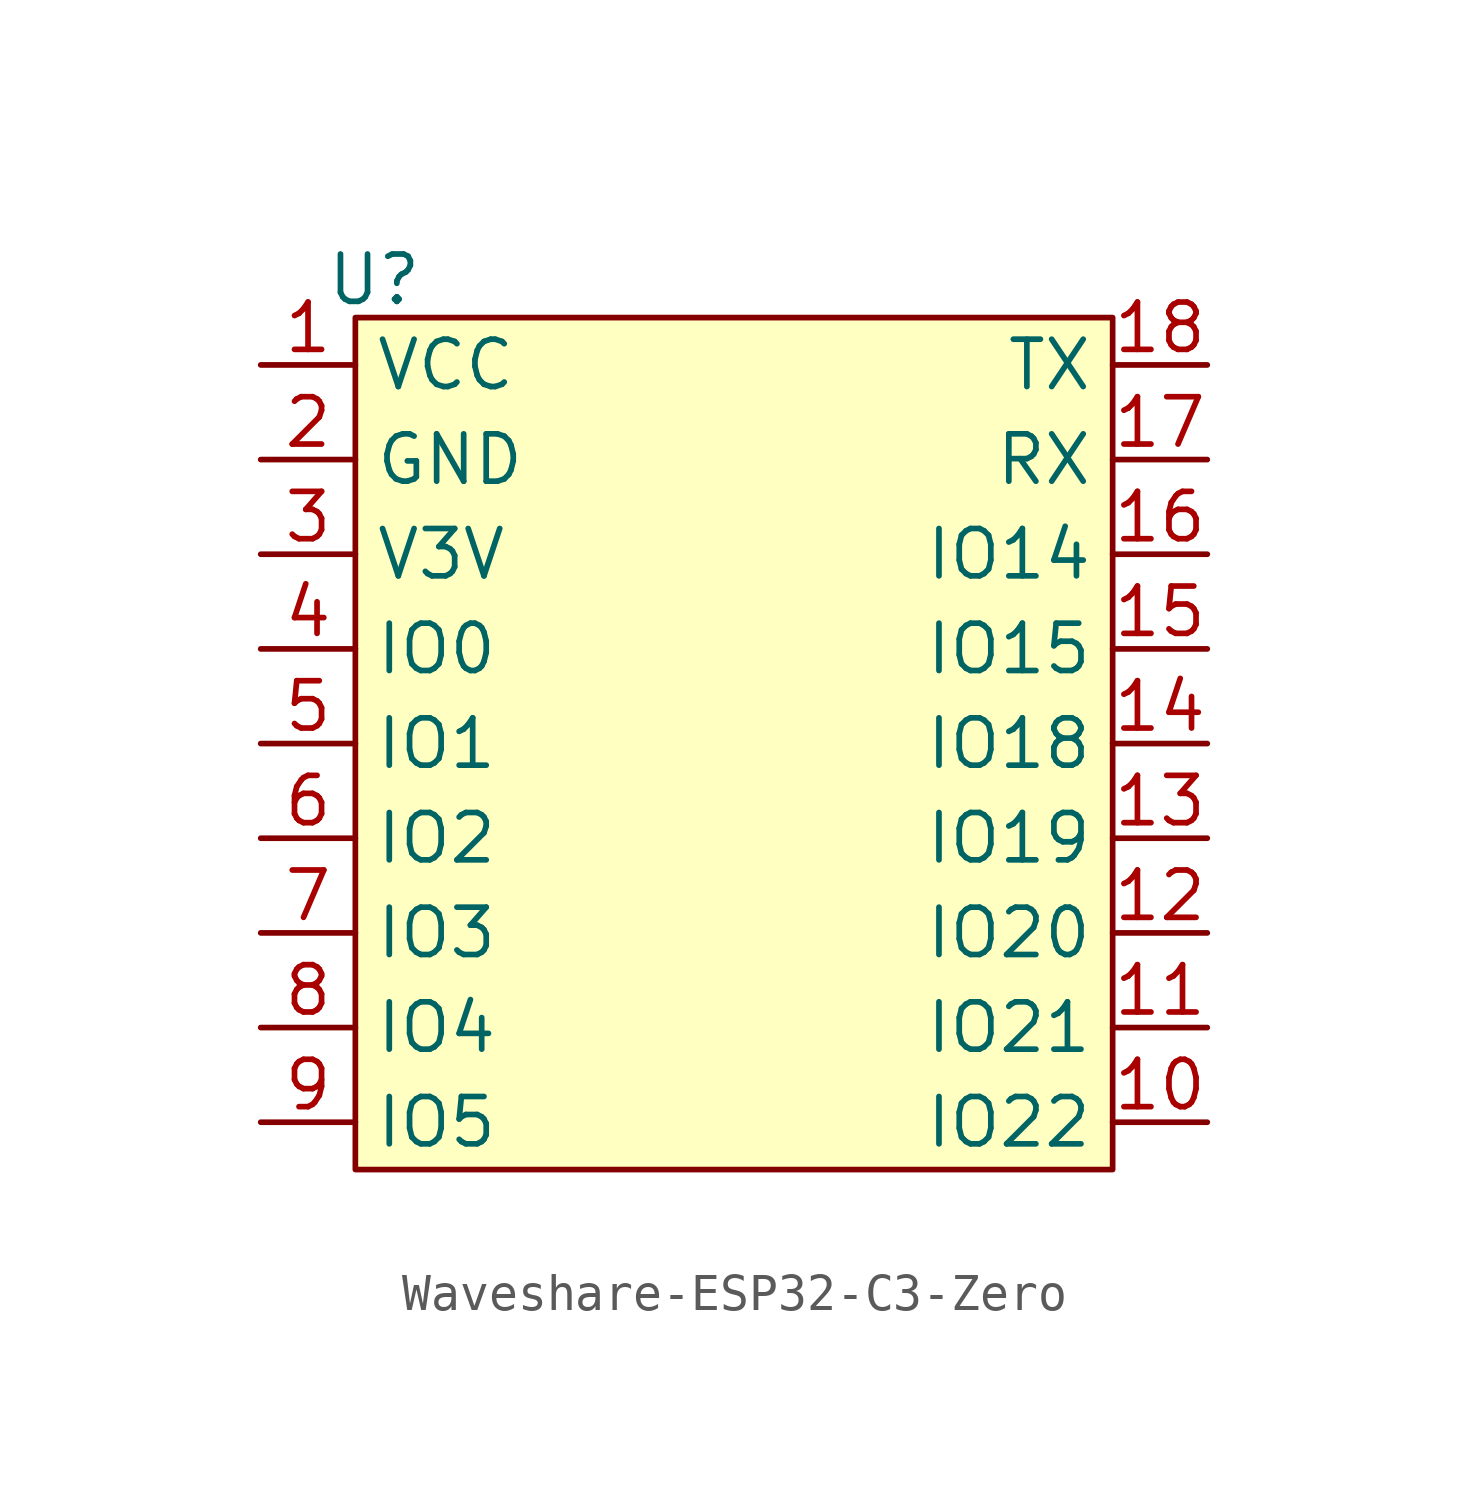
<source format=kicad_sym>
(kicad_symbol_lib
  (version 20231120)
  (generator "kicad_symbol_editor")
  (generator_version "8.0")
  (symbol "Waveshare-ESP32-C3-Zero"
    (property "Reference" "U"
      (at -9.652 12.446 0)
      (effects (font (size 1.27 1.27))))
    (property "Value" ""
      (at -10.16 10.16 0)
      (effects (font (size 1.27 1.27))))
    (symbol "Waveshare-ESP32-C3-Zero_1_1"
      (rectangle (start -10.16 11.43) (end 10.16 -11.43) (stroke (width 0) (type default)) (fill (type background)))
      (pin power_in line (at -12.7 10.16 0) (length 2.54) (name "VCC" (effects (font (size 1.27 1.27)))) (number "1" (effects (font (size 1.27 1.27)))))
      (pin bidirectional line (at 12.7 -10.16 180) (length 2.54) (name "IO22" (effects (font (size 1.27 1.27)))) (number "10" (effects (font (size 1.27 1.27)))))
      (pin bidirectional line (at 12.7 -7.62 180) (length 2.54) (name "IO21" (effects (font (size 1.27 1.27)))) (number "11" (effects (font (size 1.27 1.27)))))
      (pin bidirectional line (at 12.7 -5.08 180) (length 2.54) (name "IO20" (effects (font (size 1.27 1.27)))) (number "12" (effects (font (size 1.27 1.27)))))
      (pin bidirectional line (at 12.7 -2.54 180) (length 2.54) (name "IO19" (effects (font (size 1.27 1.27)))) (number "13" (effects (font (size 1.27 1.27)))))
      (pin bidirectional line (at 12.7 0 180) (length 2.54) (name "IO18" (effects (font (size 1.27 1.27)))) (number "14" (effects (font (size 1.27 1.27)))))
      (pin bidirectional line (at 12.7 2.54 180) (length 2.54) (name "IO15" (effects (font (size 1.27 1.27)))) (number "15" (effects (font (size 1.27 1.27)))))
      (pin bidirectional line (at 12.7 5.08 180) (length 2.54) (name "IO14" (effects (font (size 1.27 1.27)))) (number "16" (effects (font (size 1.27 1.27)))))
      (pin bidirectional line (at 12.7 7.62 180) (length 2.54) (name "RX" (effects (font (size 1.27 1.27)))) (number "17" (effects (font (size 1.27 1.27)))))
      (pin bidirectional line (at 12.7 10.16 180) (length 2.54) (name "TX" (effects (font (size 1.27 1.27)))) (number "18" (effects (font (size 1.27 1.27)))))
      (pin power_in line (at -12.7 7.62 0) (length 2.54) (name "GND" (effects (font (size 1.27 1.27)))) (number "2" (effects (font (size 1.27 1.27)))))
      (pin power_out line (at -12.7 5.08 0) (length 2.54) (name "V3V" (effects (font (size 1.27 1.27)))) (number "3" (effects (font (size 1.27 1.27)))))
      (pin bidirectional line (at -12.7 2.54 0) (length 2.54) (name "IO0" (effects (font (size 1.27 1.27)))) (number "4" (effects (font (size 1.27 1.27)))))
      (pin bidirectional line (at -12.7 0 0) (length 2.54) (name "IO1" (effects (font (size 1.27 1.27)))) (number "5" (effects (font (size 1.27 1.27)))))
      (pin bidirectional line (at -12.7 -2.54 0) (length 2.54) (name "IO2" (effects (font (size 1.27 1.27)))) (number "6" (effects (font (size 1.27 1.27)))))
      (pin bidirectional line (at -12.7 -5.08 0) (length 2.54) (name "IO3" (effects (font (size 1.27 1.27)))) (number "7" (effects (font (size 1.27 1.27)))))
      (pin bidirectional line (at -12.7 -7.62 0) (length 2.54) (name "IO4" (effects (font (size 1.27 1.27)))) (number "8" (effects (font (size 1.27 1.27)))))
      (pin bidirectional line (at -12.7 -10.16 0) (length 2.54) (name "IO5" (effects (font (size 1.27 1.27)))) (number "9" (effects (font (size 1.27 1.27))))))))
</source>
